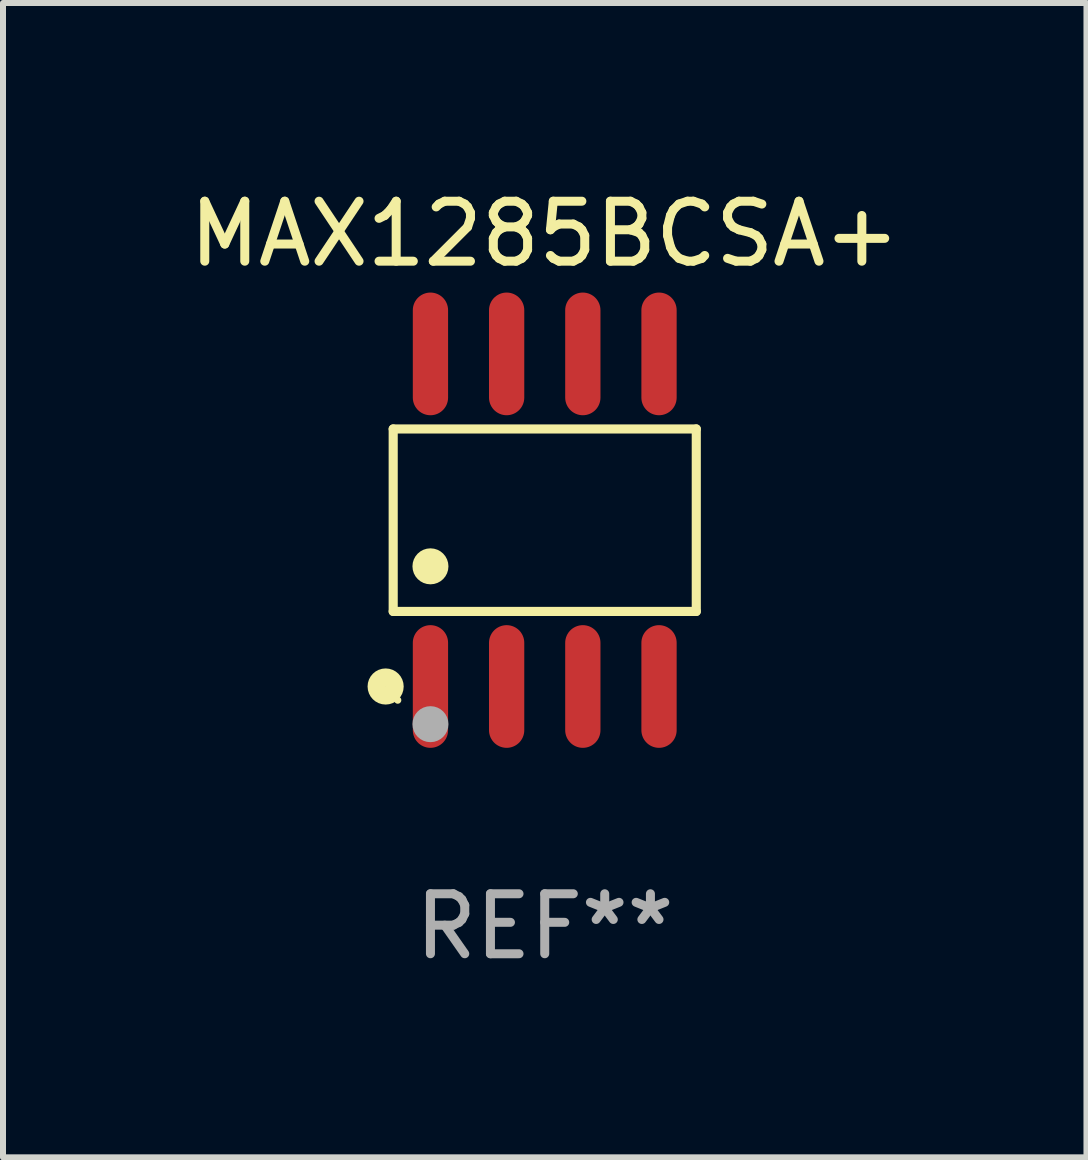
<source format=kicad_pcb>
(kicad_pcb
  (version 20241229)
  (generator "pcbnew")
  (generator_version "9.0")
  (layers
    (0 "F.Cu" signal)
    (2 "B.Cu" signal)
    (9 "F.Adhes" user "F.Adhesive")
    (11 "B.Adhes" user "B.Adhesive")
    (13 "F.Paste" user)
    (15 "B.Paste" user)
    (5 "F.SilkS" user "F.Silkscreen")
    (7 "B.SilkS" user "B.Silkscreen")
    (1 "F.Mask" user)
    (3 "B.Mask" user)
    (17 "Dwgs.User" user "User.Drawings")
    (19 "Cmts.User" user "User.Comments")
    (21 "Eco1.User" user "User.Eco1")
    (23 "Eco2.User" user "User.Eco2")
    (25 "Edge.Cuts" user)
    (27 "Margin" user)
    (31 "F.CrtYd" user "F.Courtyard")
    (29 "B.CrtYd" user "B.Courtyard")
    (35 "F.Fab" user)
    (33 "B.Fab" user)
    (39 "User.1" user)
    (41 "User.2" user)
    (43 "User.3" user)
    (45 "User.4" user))
  (footprint "MAX1285BCSA+"
    (layer "F.Cu")
    (at 6.03 5.621)
    (property "Reference" "MAX1285BCSA+" (at 0 -4.772 0) (layer "F.SilkS") (effects (font (size 1 1) (thickness 0.15))))
    (attr through_hole)
    (fp_line (start -2.526 -1.521) (end 2.526 -1.521) (stroke (width 0.152) (type solid)) (layer "F.SilkS"))
    (fp_line (start -2.526 1.521) (end -2.526 -1.521) (stroke (width 0.152) (type solid)) (layer "F.SilkS"))
    (fp_line (start 2.526 -1.521) (end 2.526 1.521) (stroke (width 0.152) (type solid)) (layer "F.SilkS"))
    (fp_line (start 2.526 1.521) (end -2.526 1.521) (stroke (width 0.152) (type solid)) (layer "F.SilkS"))
    (fp_circle (center -2.652 2.772) (end -2.501 2.772) (stroke (width 0.3) (type solid)) (fill no) (layer "F.SilkS"))
    (fp_circle (center -2.45 3) (end -2.42 3) (stroke (width 0.06) (type solid)) (fill no) (layer "F.SilkS"))
    (fp_circle (center -1.905 0.769) (end -1.755 0.769) (stroke (width 0.3) (type solid)) (fill no) (layer "F.SilkS"))
    (fp_circle (center -1.905 3.4) (end -1.755 3.4) (stroke (width 0.3) (type solid)) (fill no) (layer "F.Fab"))
    (fp_text user "REF**" (at 0 6.772 0) (layer "F.Fab") (effects (font (size 1 1) (thickness 0.15))))
    (pad "1" smd oval (at -1.905 2.772) (size 0.588 2.045) (layers "F.Cu" "F.Mask" "F.Paste"))
    (pad "2" smd oval (at -0.635 2.772) (size 0.588 2.045) (layers "F.Cu" "F.Mask" "F.Paste"))
    (pad "3" smd oval (at 0.635 2.772) (size 0.588 2.045) (layers "F.Cu" "F.Mask" "F.Paste"))
    (pad "4" smd oval (at 1.905 2.772) (size 0.588 2.045) (layers "F.Cu" "F.Mask" "F.Paste"))
    (pad "5" smd oval (at 1.905 -2.772) (size 0.588 2.045) (layers "F.Cu" "F.Mask" "F.Paste"))
    (pad "6" smd oval (at 0.635 -2.772) (size 0.588 2.045) (layers "F.Cu" "F.Mask" "F.Paste"))
    (pad "7" smd oval (at -0.635 -2.772) (size 0.588 2.045) (layers "F.Cu" "F.Mask" "F.Paste"))
    (pad "8" smd oval (at -1.905 -2.772) (size 0.588 2.045) (layers "F.Cu" "F.Mask" "F.Paste")))
  (gr_rect
    (start -3 -3)
    (end 15.06 16.241)
    (stroke (width 0.1) (type default))
    (fill no)
    (layer "Edge.Cuts")))
</source>
